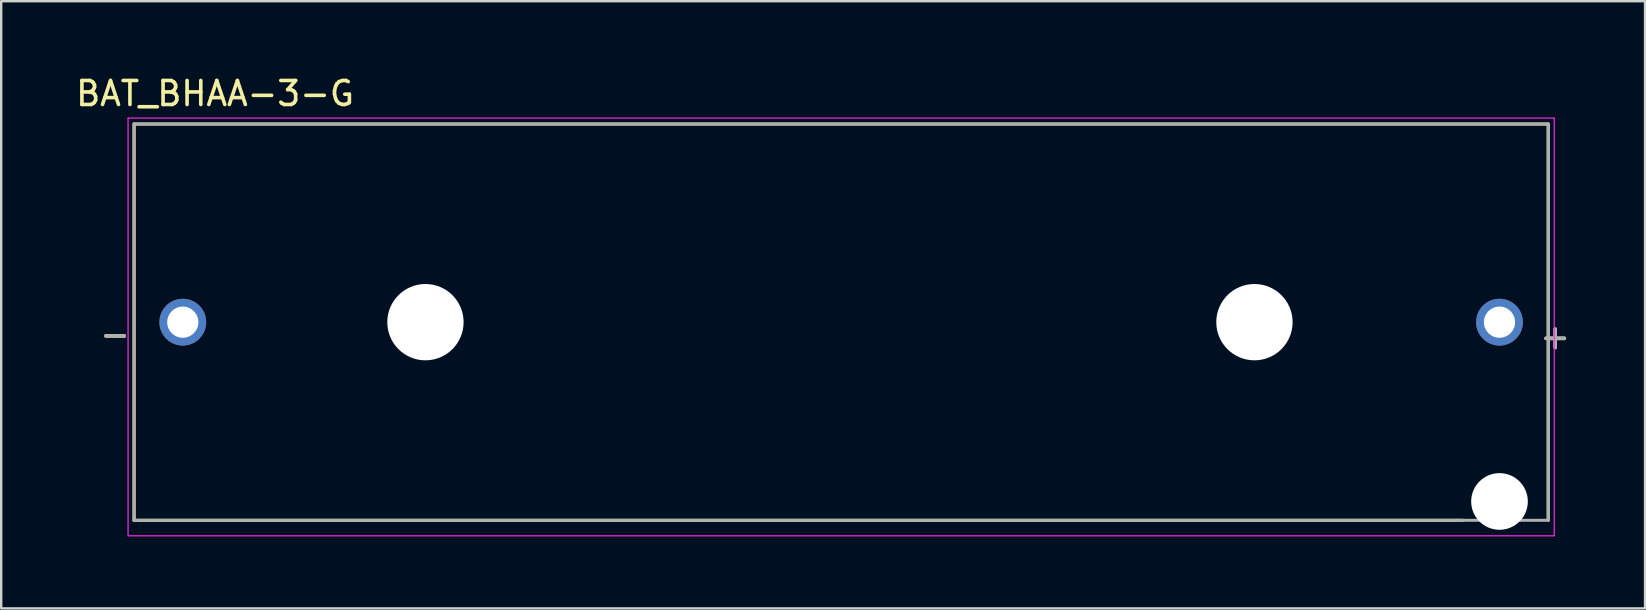
<source format=kicad_pcb>
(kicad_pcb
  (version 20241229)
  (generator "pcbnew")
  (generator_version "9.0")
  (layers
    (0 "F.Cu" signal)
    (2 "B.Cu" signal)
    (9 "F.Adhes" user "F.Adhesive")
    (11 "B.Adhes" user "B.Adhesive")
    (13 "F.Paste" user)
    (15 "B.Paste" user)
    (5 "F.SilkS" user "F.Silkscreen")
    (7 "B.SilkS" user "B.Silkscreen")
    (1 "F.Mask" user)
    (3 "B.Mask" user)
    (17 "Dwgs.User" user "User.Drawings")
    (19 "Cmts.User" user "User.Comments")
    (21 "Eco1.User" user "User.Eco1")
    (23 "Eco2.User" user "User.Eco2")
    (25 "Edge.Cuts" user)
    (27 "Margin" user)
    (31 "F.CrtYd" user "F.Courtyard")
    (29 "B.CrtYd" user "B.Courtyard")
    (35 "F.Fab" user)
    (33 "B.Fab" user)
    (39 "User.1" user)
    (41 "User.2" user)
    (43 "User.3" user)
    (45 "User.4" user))
  (footprint "BAT_BHAA-3-G"
    (layer "F.Cu")
    (at 31.996 10.373)
    (property "Reference" "BAT_BHAA-3-G" (at -26.085 -9.525 0) (layer "F.SilkS") (effects (font (size 1 1) (thickness 0.15))))
    (attr through_hole)
    (fp_line (start -29.46 -8.255) (end 29.46 -8.255) (stroke (width 0.127) (type solid)) (layer "F.SilkS"))
    (fp_line (start -29.46 8.255) (end -29.46 -8.255) (stroke (width 0.127) (type solid)) (layer "F.SilkS"))
    (fp_line (start 25.9 8.255) (end -29.46 8.255) (stroke (width 0.127) (type solid)) (layer "F.SilkS"))
    (fp_line (start 29.46 -8.255) (end 29.46 8.255) (stroke (width 0.127) (type solid)) (layer "F.SilkS"))
    (fp_line (start -29.71 -8.505) (end 29.71 -8.505) (stroke (width 0.05) (type solid)) (layer "F.CrtYd"))
    (fp_line (start -29.71 8.9) (end -29.71 -8.505) (stroke (width 0.05) (type solid)) (layer "F.CrtYd"))
    (fp_line (start 29.71 -8.505) (end 29.71 8.9) (stroke (width 0.05) (type solid)) (layer "F.CrtYd"))
    (fp_line (start 29.71 8.9) (end -29.71 8.9) (stroke (width 0.05) (type solid)) (layer "F.CrtYd"))
    (fp_line (start -29.46 -8.255) (end 29.46 -8.255) (stroke (width 0.127) (type solid)) (layer "F.Fab"))
    (fp_line (start -29.46 8.255) (end -29.46 -8.255) (stroke (width 0.127) (type solid)) (layer "F.Fab"))
    (fp_line (start 29.46 -8.255) (end 29.46 8.255) (stroke (width 0.127) (type solid)) (layer "F.Fab"))
    (fp_line (start 29.46 8.255) (end -29.46 8.255) (stroke (width 0.127) (type solid)) (layer "F.Fab"))
    (fp_text user "-" (at -30.25 0.5 0) (layer "F.SilkS") (effects (font (size 1 1) (thickness 0.15))))
    (fp_text user "+" (at 29.75 0.6 0) (layer "F.SilkS") (effects (font (size 1 1) (thickness 0.15))))
    (fp_text user "-" (at -30.25 0.5 0) (layer "F.Fab") (effects (font (size 1 1) (thickness 0.15))))
    (fp_text user "+" (at 29.75 0.6 0) (layer "F.Fab") (effects (font (size 1 1) (thickness 0.15))))
    (pad "" np_thru_hole circle (at -17.32 0) (size 3.18 3.18) (drill 3.18) (layers "*.Cu" "*.Mask"))
    (pad "" np_thru_hole circle (at 17.22 0) (size 3.18 3.18) (drill 3.18) (layers "*.Cu" "*.Mask"))
    (pad "" np_thru_hole circle (at 27.43 7.47) (size 2.36 2.36) (drill 2.36) (layers "*.Cu" "*.Mask"))
    (pad "+" thru_hole circle (at 27.43 0) (size 1.95 1.95) (drill 1.3) (layers "*.Cu" "*.Mask"))
    (pad "-" thru_hole circle (at -27.43 0) (size 1.95 1.95) (drill 1.3) (layers "*.Cu" "*.Mask")))
  (gr_rect
    (start -3 -3)
    (end 65.49 22.298)
    (stroke (width 0.1) (type default))
    (fill no)
    (layer "Edge.Cuts")))
</source>
